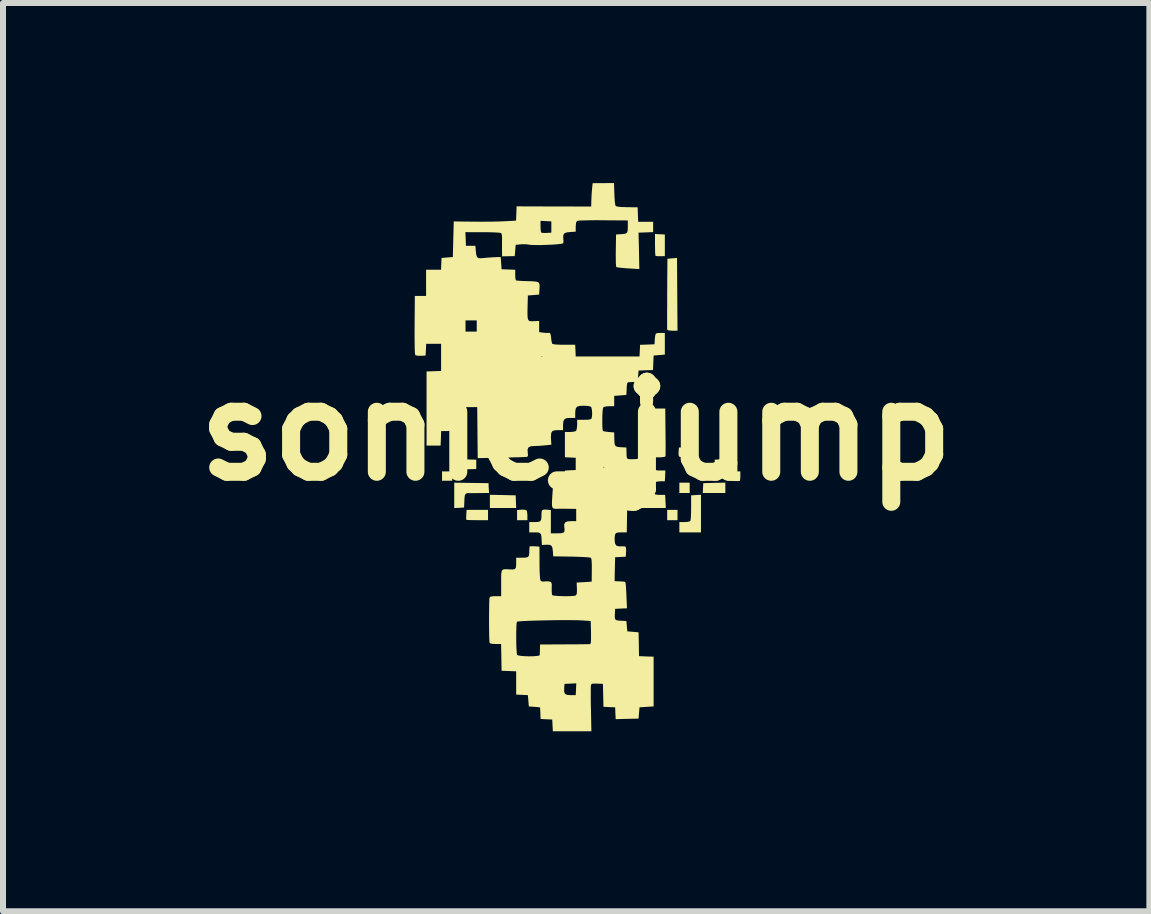
<source format=kicad_pcb>
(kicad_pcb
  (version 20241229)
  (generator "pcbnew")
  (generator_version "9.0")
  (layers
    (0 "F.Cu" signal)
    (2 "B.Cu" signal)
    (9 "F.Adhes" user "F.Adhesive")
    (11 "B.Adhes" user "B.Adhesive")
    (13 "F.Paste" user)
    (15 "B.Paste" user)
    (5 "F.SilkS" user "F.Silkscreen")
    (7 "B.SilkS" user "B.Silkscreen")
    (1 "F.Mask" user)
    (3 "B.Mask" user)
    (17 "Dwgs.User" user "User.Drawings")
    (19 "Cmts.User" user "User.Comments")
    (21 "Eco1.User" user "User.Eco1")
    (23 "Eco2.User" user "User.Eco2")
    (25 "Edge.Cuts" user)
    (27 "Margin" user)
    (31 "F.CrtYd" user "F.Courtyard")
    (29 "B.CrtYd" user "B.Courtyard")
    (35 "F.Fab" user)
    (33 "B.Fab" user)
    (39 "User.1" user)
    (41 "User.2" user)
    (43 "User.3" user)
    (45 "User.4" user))
  (footprint "sonic_jump"
    (layer "F.Cu")
    (at 6.55 4.132)
    (property "Reference" "sonic_jump" (at 0 0 0) (layer "F.SilkS") (effects (font (size 1.5 1.5) (thickness 0.3))))
    (attr board_only exclude_from_pos_files exclude_from_bom)
    (fp_poly (pts (xy -1.848 0.472) (xy -1.665 0.477) (xy -1.665 0.555) (xy -1.665 0.633) (xy -1.848 0.637) (xy -2.032 0.642) (xy -2.032 0.555) (xy -2.032 0.468)) (stroke (width 0) (type solid)) (fill yes) (layer "F.SilkS"))
    (fp_poly (pts (xy -1.223 1.066) (xy -1.008 1.071) (xy -1.004 1.176) (xy -1 1.282) (xy -1.219 1.282) (xy -1.438 1.282) (xy -1.438 1.172) (xy -1.438 1.062)) (stroke (width 0) (type solid)) (fill yes) (layer "F.SilkS"))
    (fp_poly (pts (xy 1.688 1.399) (xy 1.688 1.485) (xy 1.602 1.485) (xy 1.516 1.485) (xy 1.516 1.399) (xy 1.516 1.313) (xy 1.602 1.313) (xy 1.688 1.313)) (stroke (width 0) (type solid)) (fill yes) (layer "F.SilkS"))
    (fp_poly (pts (xy 1.891 0.946) (xy 1.891 1.032) (xy 1.805 1.032) (xy 1.719 1.032) (xy 1.719 0.946) (xy 1.719 0.86) (xy 1.805 0.86) (xy 1.891 0.86)) (stroke (width 0) (type solid)) (fill yes) (layer "F.SilkS"))
    (fp_poly (pts (xy 2.485 0.945) (xy 2.485 1.032) (xy 2.297 1.032) (xy 2.109 1.032) (xy 2.113 0.95) (xy 2.118 0.868) (xy 2.302 0.863) (xy 2.485 0.859)) (stroke (width 0) (type solid)) (fill yes) (layer "F.SilkS"))
    (fp_poly (pts (xy -2.104 0.673) (xy -2.071 0.676) (xy -2.062 0.679) (xy -2.059 0.697) (xy -2.059 0.735) (xy -2.061 0.757) (xy -2.066 0.828) (xy -2.151 0.828) (xy -2.235 0.828) (xy -2.235 0.75) (xy -2.235 0.672) (xy -2.152 0.672)) (stroke (width 0) (type solid)) (fill yes) (layer "F.SilkS"))
    (fp_poly (pts (xy -0.835 1.316) (xy -0.828 1.32) (xy -0.819 1.343) (xy -0.814 1.386) (xy -0.813 1.41) (xy -0.813 1.485) (xy -0.899 1.485) (xy -0.985 1.485) (xy -0.985 1.401) (xy -0.985 1.316) (xy -0.914 1.31) (xy -0.868 1.31)) (stroke (width 0) (type solid)) (fill yes) (layer "F.SilkS"))
    (fp_poly (pts (xy 1.884 0.352) (xy 1.884 0.43) (xy 1.801 0.435) (xy 1.748 0.435) (xy 1.719 0.427) (xy 1.71 0.417) (xy 1.706 0.387) (xy 1.706 0.343) (xy 1.707 0.334) (xy 1.712 0.274) (xy 1.798 0.274) (xy 1.884 0.274)) (stroke (width 0) (type solid)) (fill yes) (layer "F.SilkS"))
    (fp_poly (pts (xy 2.482 0.55) (xy 2.477 0.633) (xy 2.395 0.638) (xy 2.349 0.638) (xy 2.319 0.634) (xy 2.312 0.63) (xy 2.311 0.608) (xy 2.309 0.567) (xy 2.309 0.547) (xy 2.308 0.477) (xy 2.398 0.472) (xy 2.487 0.467)) (stroke (width 0) (type solid)) (fill yes) (layer "F.SilkS"))
    (fp_poly (pts (xy 2.735 0.749) (xy 2.733 0.795) (xy 2.728 0.825) (xy 2.724 0.831) (xy 2.703 0.833) (xy 2.661 0.833) (xy 2.614 0.832) (xy 2.517 0.827) (xy 2.517 0.75) (xy 2.517 0.672) (xy 2.626 0.672) (xy 2.735 0.672)) (stroke (width 0) (type solid)) (fill yes) (layer "F.SilkS"))
    (fp_poly (pts (xy -1.469 1.399) (xy -1.469 1.485) (xy -1.646 1.485) (xy -1.717 1.484) (xy -1.776 1.483) (xy -1.816 1.481) (xy -1.83 1.478) (xy -1.833 1.46) (xy -1.833 1.422) (xy -1.831 1.392) (xy -1.826 1.313) (xy -1.648 1.313) (xy -1.469 1.313)) (stroke (width 0) (type solid)) (fill yes) (layer "F.SilkS"))
    (fp_poly (pts (xy 1.395 -3.279) (xy 1.477 -3.275) (xy 1.477 -3.095) (xy 1.477 -2.915) (xy 1.404 -2.913) (xy 1.359 -2.913) (xy 1.328 -2.917) (xy 1.322 -2.919) (xy 1.318 -2.938) (xy 1.315 -2.981) (xy 1.314 -3.041) (xy 1.313 -3.106) (xy 1.313 -3.284)) (stroke (width 0) (type solid)) (fill yes) (layer "F.SilkS"))
    (fp_poly (pts (xy 1.282 -0.5) (xy 1.278 -0.447) (xy 1.267 -0.422) (xy 1.262 -0.42) (xy 1.223 -0.417) (xy 1.173 -0.416) (xy 1.124 -0.416) (xy 1.089 -0.418) (xy 1.079 -0.419) (xy 1.07 -0.437) (xy 1.064 -0.475) (xy 1.063 -0.501) (xy 1.063 -0.578) (xy 1.172 -0.578) (xy 1.282 -0.578)) (stroke (width 0) (type solid)) (fill yes) (layer "F.SilkS"))
    (fp_poly (pts (xy 2.079 1.375) (xy 2.079 1.688) (xy 1.899 1.688) (xy 1.719 1.688) (xy 1.719 1.602) (xy 1.719 1.516) (xy 1.804 1.516) (xy 1.859 1.513) (xy 1.894 1.503) (xy 1.902 1.497) (xy 1.907 1.474) (xy 1.911 1.427) (xy 1.914 1.362) (xy 1.915 1.286) (xy 1.915 1.274) (xy 1.915 1.071) (xy 1.997 1.066) (xy 2.079 1.061)) (stroke (width 0) (type solid)) (fill yes) (layer "F.SilkS"))
    (fp_poly (pts (xy -1.747 0.864) (xy -1.461 0.868) (xy -1.457 0.95) (xy -1.452 1.032) (xy -1.613 1.033) (xy -1.682 1.034) (xy -1.738 1.034) (xy -1.776 1.034) (xy -1.787 1.033) (xy -1.812 1.035) (xy -1.83 1.04) (xy -1.845 1.05) (xy -1.855 1.072) (xy -1.861 1.114) (xy -1.863 1.161) (xy -1.868 1.274) (xy -1.95 1.279) (xy -2.032 1.283) (xy -2.032 1.072) (xy -2.032 0.86)) (stroke (width 0) (type solid)) (fill yes) (layer "F.SilkS"))
    (fp_poly (pts (xy 1.684 -2.278) (xy 1.688 -1.672) (xy 1.602 -1.672) (xy 1.546 -1.676) (xy 1.519 -1.686) (xy 1.516 -1.692) (xy 1.515 -1.73) (xy 1.515 -1.792) (xy 1.515 -1.873) (xy 1.515 -1.969) (xy 1.516 -2.077) (xy 1.516 -2.192) (xy 1.516 -2.31) (xy 1.517 -2.427) (xy 1.517 -2.538) (xy 1.518 -2.64) (xy 1.519 -2.728) (xy 1.519 -2.798) (xy 1.52 -2.846) (xy 1.52 -2.869) (xy 1.52 -2.87) (xy 1.537 -2.872) (xy 1.574 -2.876) (xy 1.602 -2.878) (xy 1.68 -2.884)) (stroke (width 0) (type solid)) (fill yes) (layer "F.SilkS"))
    (fp_poly (pts (xy 0.636 -3.955) (xy 0.639 -3.882) (xy 0.644 -3.819) (xy 0.65 -3.774) (xy 0.655 -3.755) (xy 0.668 -3.745) (xy 0.697 -3.738) (xy 0.747 -3.733) (xy 0.823 -3.731) (xy 0.846 -3.73) (xy 1.024 -3.728) (xy 1.028 -3.607) (xy 1.033 -3.486) (xy 1.157 -3.486) (xy 1.282 -3.486) (xy 1.282 -3.4) (xy 1.282 -3.315) (xy 1.161 -3.31) (xy 1.039 -3.306) (xy 1.046 -3.003) (xy 1.052 -2.699) (xy 0.866 -2.71) (xy 0.792 -2.716) (xy 0.73 -2.722) (xy 0.687 -2.728) (xy 0.668 -2.733) (xy 0.664 -2.752) (xy 0.661 -2.797) (xy 0.66 -2.862) (xy 0.659 -2.943) (xy 0.66 -3.01) (xy 0.664 -3.275) (xy 0.727 -3.279) (xy 0.791 -3.284) (xy 0.83 -3.293) (xy 0.851 -3.311) (xy 0.858 -3.344) (xy 0.86 -3.398) (xy 0.86 -3.404) (xy 0.86 -3.509) (xy 0.449 -3.512) (xy 0.334 -3.513) (xy 0.231 -3.512) (xy 0.143 -3.51) (xy 0.075 -3.508) (xy 0.031 -3.505) (xy 0.016 -3.501) (xy -0.001 -3.476) (xy -0.007 -3.424) (xy -0.008 -3.404) (xy -0.008 -3.322) (xy -0.093 -3.317) (xy -0.158 -3.31) (xy -0.197 -3.294) (xy -0.214 -3.267) (xy -0.216 -3.222) (xy -0.215 -3.21) (xy -0.212 -3.166) (xy -0.215 -3.134) (xy -0.217 -3.129) (xy -0.236 -3.122) (xy -0.28 -3.116) (xy -0.342 -3.11) (xy -0.418 -3.105) (xy -0.5 -3.102) (xy -0.582 -3.099) (xy -0.658 -3.099) (xy -0.723 -3.1) (xy -0.769 -3.103) (xy -0.783 -3.105) (xy -0.83 -3.112) (xy -0.89 -3.113) (xy -0.922 -3.111) (xy -1.008 -3.103) (xy -1.016 -3.009) (xy -1.024 -2.915) (xy -1.129 -2.913) (xy -1.235 -2.911) (xy -1.236 -3.007) (xy -1.236 -3.08) (xy -1.236 -3.158) (xy -1.235 -3.195) (xy -1.237 -3.26) (xy -1.248 -3.295) (xy -1.253 -3.3) (xy -1.275 -3.304) (xy -1.322 -3.308) (xy -1.39 -3.311) (xy -1.474 -3.313) (xy -1.56 -3.313) (xy -1.846 -3.314) (xy -1.841 -3.2) (xy -1.837 -3.087) (xy -1.758 -3.087) (xy -1.68 -3.087) (xy -1.672 -3.001) (xy -1.665 -2.938) (xy -1.652 -2.9) (xy -1.629 -2.882) (xy -1.589 -2.879) (xy -1.542 -2.883) (xy -1.469 -2.89) (xy -1.39 -2.895) (xy -1.352 -2.897) (xy -1.258 -2.9) (xy -1.25 -2.798) (xy -1.243 -2.696) (xy -1.129 -2.692) (xy -1.016 -2.687) (xy -1.016 -2.603) (xy -1.014 -2.554) (xy -1.008 -2.52) (xy -1.003 -2.51) (xy -0.983 -2.507) (xy -0.939 -2.503) (xy -0.876 -2.5) (xy -0.807 -2.498) (xy -0.724 -2.495) (xy -0.668 -2.49) (xy -0.633 -2.48) (xy -0.615 -2.459) (xy -0.609 -2.426) (xy -0.611 -2.376) (xy -0.613 -2.351) (xy -0.617 -2.274) (xy -0.711 -2.266) (xy -0.805 -2.259) (xy -0.81 -2.079) (xy -0.812 -1.985) (xy -0.811 -1.918) (xy -0.806 -1.873) (xy -0.795 -1.846) (xy -0.776 -1.833) (xy -0.747 -1.829) (xy -0.707 -1.831) (xy -0.617 -1.835) (xy -0.617 -1.742) (xy -0.617 -1.649) (xy -0.547 -1.639) (xy -0.5 -1.635) (xy -0.466 -1.635) (xy -0.459 -1.637) (xy -0.44 -1.636) (xy -0.427 -1.614) (xy -0.419 -1.568) (xy -0.417 -1.544) (xy -0.411 -1.497) (xy -0.403 -1.463) (xy -0.4 -1.456) (xy -0.378 -1.447) (xy -0.326 -1.441) (xy -0.244 -1.438) (xy -0.203 -1.438) (xy -0.017 -1.438) (xy -0.012 -1.34) (xy -0.008 -1.243) (xy 0.524 -1.243) (xy 1.055 -1.243) (xy 1.06 -1.34) (xy 1.064 -1.437) (xy 1.185 -1.441) (xy 1.305 -1.446) (xy 1.31 -1.531) (xy 1.315 -1.581) (xy 1.324 -1.616) (xy 1.331 -1.627) (xy 1.356 -1.633) (xy 1.398 -1.635) (xy 1.412 -1.635) (xy 1.477 -1.633) (xy 1.477 -1.454) (xy 1.477 -1.274) (xy 1.383 -1.266) (xy 1.29 -1.258) (xy 1.285 -1.138) (xy 1.28 -1.017) (xy 1.16 -1.013) (xy 1.039 -1.008) (xy 1.032 -0.914) (xy 1.024 -0.821) (xy 0.961 -0.818) (xy 0.914 -0.816) (xy 0.877 -0.814) (xy 0.872 -0.814) (xy 0.857 -0.808) (xy 0.848 -0.787) (xy 0.843 -0.745) (xy 0.841 -0.707) (xy 0.836 -0.602) (xy 0.735 -0.594) (xy 0.633 -0.586) (xy 0.633 -0.5) (xy 0.633 -0.414) (xy 0.552 -0.414) (xy 0.502 -0.411) (xy 0.464 -0.402) (xy 0.452 -0.395) (xy 0.445 -0.374) (xy 0.44 -0.329) (xy 0.436 -0.268) (xy 0.435 -0.2) (xy 0.435 -0.131) (xy 0.436 -0.07) (xy 0.44 -0.025) (xy 0.446 -0.002) (xy 0.446 -0.002) (xy 0.466 0.005) (xy 0.507 0.011) (xy 0.544 0.016) (xy 0.633 0.023) (xy 0.635 0.12) (xy 0.637 0.187) (xy 0.644 0.23) (xy 0.661 0.253) (xy 0.691 0.264) (xy 0.741 0.269) (xy 0.746 0.269) (xy 0.836 0.274) (xy 0.838 0.344) (xy 0.84 0.406) (xy 0.844 0.443) (xy 0.856 0.462) (xy 0.879 0.468) (xy 0.919 0.469) (xy 0.929 0.469) (xy 0.994 0.467) (xy 1.033 0.46) (xy 1.054 0.441) (xy 1.062 0.405) (xy 1.063 0.358) (xy 1.063 0.266) (xy 1.188 0.266) (xy 1.313 0.266) (xy 1.313 -0.055) (xy 1.313 -0.375) (xy 1.398 -0.375) (xy 1.484 -0.375) (xy 1.488 0.016) (xy 1.489 0.124) (xy 1.49 0.221) (xy 1.49 0.304) (xy 1.489 0.369) (xy 1.489 0.409) (xy 1.488 0.422) (xy 1.47 0.43) (xy 1.431 0.436) (xy 1.382 0.438) (xy 1.282 0.438) (xy 1.282 0.538) (xy 1.283 0.596) (xy 1.293 0.632) (xy 1.316 0.649) (xy 1.36 0.656) (xy 1.409 0.656) (xy 1.486 0.656) (xy 1.482 0.746) (xy 1.477 0.836) (xy 1.405 0.836) (xy 1.342 0.843) (xy 1.303 0.864) (xy 1.285 0.905) (xy 1.282 0.946) (xy 1.284 1.006) (xy 1.294 1.041) (xy 1.32 1.057) (xy 1.365 1.063) (xy 1.392 1.063) (xy 1.482 1.063) (xy 1.488 1.172) (xy 1.493 1.282) (xy 1.278 1.282) (xy 1.063 1.282) (xy 1.063 1.164) (xy 1.063 1.046) (xy 0.957 1.05) (xy 0.852 1.055) (xy 0.848 1.372) (xy 0.843 1.688) (xy 0.752 1.688) (xy 0.697 1.69) (xy 0.664 1.7) (xy 0.647 1.725) (xy 0.641 1.771) (xy 0.641 1.813) (xy 0.647 1.872) (xy 0.667 1.907) (xy 0.707 1.921) (xy 0.746 1.921) (xy 0.789 1.92) (xy 0.818 1.924) (xy 0.821 1.926) (xy 0.829 1.946) (xy 0.832 1.986) (xy 0.831 2.014) (xy 0.826 2.093) (xy 0.737 2.098) (xy 0.649 2.102) (xy 0.644 2.302) (xy 0.64 2.501) (xy 0.699 2.503) (xy 0.757 2.506) (xy 0.791 2.508) (xy 0.809 2.512) (xy 0.818 2.517) (xy 0.819 2.518) (xy 0.823 2.536) (xy 0.828 2.58) (xy 0.832 2.642) (xy 0.836 2.718) (xy 0.837 2.74) (xy 0.846 2.953) (xy 0.747 2.957) (xy 0.649 2.962) (xy 0.644 3.052) (xy 0.643 3.104) (xy 0.649 3.135) (xy 0.67 3.151) (xy 0.711 3.158) (xy 0.758 3.161) (xy 0.836 3.165) (xy 0.844 3.251) (xy 0.852 3.337) (xy 0.946 3.345) (xy 1.039 3.353) (xy 1.043 3.501) (xy 1.044 3.573) (xy 1.045 3.638) (xy 1.046 3.686) (xy 1.046 3.7) (xy 1.047 3.75) (xy 1.168 3.755) (xy 1.29 3.759) (xy 1.29 4.173) (xy 1.29 4.588) (xy 1.172 4.595) (xy 1.055 4.603) (xy 1.047 4.697) (xy 1.039 4.791) (xy 0.849 4.795) (xy 0.658 4.8) (xy 0.653 4.701) (xy 0.649 4.603) (xy 0.551 4.599) (xy 0.454 4.594) (xy 0.45 4.403) (xy 0.445 4.212) (xy 0.35 4.208) (xy 0.296 4.207) (xy 0.266 4.21) (xy 0.251 4.221) (xy 0.246 4.234) (xy 0.244 4.257) (xy 0.243 4.308) (xy 0.243 4.379) (xy 0.243 4.468) (xy 0.244 4.569) (xy 0.246 4.633) (xy 0.253 5.002) (xy -0.068 5.002) (xy -0.389 5.002) (xy -0.394 4.904) (xy -0.399 4.806) (xy -0.496 4.802) (xy -0.593 4.797) (xy -0.597 4.7) (xy -0.602 4.603) (xy -0.696 4.595) (xy -0.789 4.588) (xy -0.797 4.494) (xy -0.805 4.4) (xy -0.903 4.395) (xy -1 4.391) (xy -1 4.29) (xy -0.2 4.29) (xy -0.2 4.345) (xy -0.186 4.379) (xy -0.153 4.395) (xy -0.096 4.4) (xy -0.084 4.4) (xy -0.008 4.4) (xy -0.003 4.302) (xy 0.002 4.203) (xy -0.097 4.208) (xy -0.195 4.212) (xy -0.2 4.29) (xy -1 4.29) (xy -1 4.197) (xy -1 4.003) (xy -1.122 3.998) (xy -1.243 3.994) (xy -1.247 3.771) (xy -1.251 3.548) (xy -1.343 3.548) (xy -1.402 3.545) (xy -1.435 3.536) (xy -1.443 3.526) (xy -1.446 3.504) (xy -1.448 3.455) (xy -1.45 3.391) (xy -0.999 3.391) (xy -0.999 3.473) (xy -0.998 3.553) (xy -0.995 3.626) (xy -0.991 3.684) (xy -0.987 3.72) (xy -0.983 3.73) (xy -0.961 3.739) (xy -0.917 3.746) (xy -0.858 3.751) (xy -0.793 3.753) (xy -0.728 3.752) (xy -0.67 3.749) (xy -0.628 3.743) (xy -0.608 3.734) (xy -0.608 3.732) (xy -0.606 3.706) (xy -0.605 3.661) (xy -0.604 3.634) (xy -0.602 3.556) (xy -0.195 3.554) (xy -0.085 3.553) (xy 0.015 3.553) (xy 0.102 3.552) (xy 0.169 3.551) (xy 0.214 3.55) (xy 0.231 3.55) (xy 0.24 3.541) (xy 0.245 3.515) (xy 0.247 3.467) (xy 0.247 3.393) (xy 0.247 3.357) (xy 0.242 3.165) (xy 0.102 3.155) (xy 0.045 3.152) (xy -0.033 3.151) (xy -0.126 3.15) (xy -0.231 3.15) (xy -0.344 3.151) (xy -0.459 3.153) (xy -0.573 3.155) (xy -0.681 3.158) (xy -0.78 3.161) (xy -0.864 3.165) (xy -0.929 3.169) (xy -0.972 3.173) (xy -0.987 3.177) (xy -0.992 3.2) (xy -0.996 3.248) (xy -0.998 3.314) (xy -0.999 3.391) (xy -1.45 3.391) (xy -1.45 3.387) (xy -1.451 3.304) (xy -1.452 3.212) (xy -1.452 3.116) (xy -1.451 3.022) (xy -1.45 2.936) (xy -1.449 2.863) (xy -1.447 2.808) (xy -1.444 2.777) (xy -1.443 2.774) (xy -1.426 2.759) (xy -1.386 2.752) (xy -1.343 2.751) (xy -1.25 2.751) (xy -1.25 2.533) (xy -1.25 2.443) (xy -1.248 2.379) (xy -1.242 2.337) (xy -1.228 2.313) (xy -1.205 2.303) (xy -1.169 2.301) (xy -1.118 2.304) (xy -1.118 2.304) (xy -1.058 2.306) (xy -1.023 2.3) (xy -1.006 2.278) (xy -1.001 2.237) (xy -1 2.202) (xy -1 2.11) (xy -0.916 2.11) (xy -0.851 2.109) (xy -0.811 2.101) (xy -0.79 2.082) (xy -0.783 2.049) (xy -0.782 2.009) (xy -0.78 1.962) (xy -0.777 1.93) (xy -0.775 1.921) (xy -0.757 1.919) (xy -0.718 1.919) (xy -0.69 1.92) (xy -0.612 1.925) (xy -0.611 2.2) (xy -0.61 2.313) (xy -0.606 2.4) (xy -0.601 2.461) (xy -0.594 2.492) (xy -0.593 2.494) (xy -0.563 2.508) (xy -0.531 2.506) (xy -0.482 2.503) (xy -0.445 2.507) (xy -0.423 2.515) (xy -0.412 2.529) (xy -0.407 2.557) (xy -0.408 2.607) (xy -0.408 2.616) (xy -0.408 2.671) (xy -0.405 2.714) (xy -0.4 2.733) (xy -0.381 2.74) (xy -0.338 2.745) (xy -0.279 2.749) (xy -0.211 2.751) (xy -0.142 2.751) (xy -0.08 2.749) (xy -0.031 2.745) (xy -0.004 2.738) (xy -0.004 2.738) (xy 0.009 2.714) (xy 0.013 2.663) (xy 0.012 2.625) (xy 0.008 2.524) (xy 0.133 2.517) (xy 0.258 2.509) (xy 0.26 2.318) (xy 0.26 2.222) (xy 0.257 2.157) (xy 0.25 2.12) (xy 0.245 2.112) (xy 0.224 2.107) (xy 0.177 2.102) (xy 0.109 2.098) (xy 0.026 2.095) (xy -0.069 2.092) (xy -0.078 2.092) (xy -0.383 2.087) (xy -0.388 2.009) (xy -0.395 1.947) (xy -0.412 1.911) (xy -0.444 1.895) (xy -0.495 1.894) (xy -0.499 1.894) (xy -0.571 1.898) (xy -0.575 1.828) (xy -0.579 1.762) (xy -0.587 1.721) (xy -0.603 1.699) (xy -0.632 1.69) (xy -0.679 1.688) (xy -0.688 1.688) (xy -0.782 1.688) (xy -0.782 1.602) (xy -0.782 1.516) (xy -0.689 1.516) (xy -0.634 1.514) (xy -0.601 1.504) (xy -0.585 1.479) (xy -0.579 1.434) (xy -0.578 1.391) (xy -0.576 1.342) (xy -0.564 1.316) (xy -0.536 1.308) (xy -0.484 1.31) (xy -0.422 1.316) (xy -0.422 1.51) (xy -0.422 1.704) (xy -0.314 1.704) (xy -0.25 1.702) (xy -0.213 1.693) (xy -0.196 1.672) (xy -0.194 1.635) (xy -0.198 1.603) (xy -0.2 1.553) (xy -0.183 1.521) (xy -0.143 1.505) (xy -0.084 1.501) (xy 0 1.501) (xy 0 1.399) (xy 0 1.297) (xy -0.129 1.295) (xy -0.197 1.294) (xy -0.261 1.294) (xy -0.307 1.295) (xy -0.313 1.295) (xy -0.351 1.296) (xy -0.378 1.29) (xy -0.395 1.274) (xy -0.403 1.242) (xy -0.404 1.191) (xy -0.4 1.115) (xy -0.397 1.068) (xy -0.383 0.868) (xy -0.311 0.866) (xy -0.249 0.863) (xy -0.212 0.853) (xy -0.194 0.83) (xy -0.188 0.788) (xy -0.188 0.752) (xy -0.188 0.658) (xy -0.098 0.653) (xy -0.008 0.649) (xy -0.008 0.602) (xy 0.453 0.602) (xy 0.461 0.61) (xy 0.469 0.602) (xy 0.461 0.594) (xy 0.453 0.602) (xy -0.008 0.602) (xy -0.008 0.547) (xy -0.008 0.445) (xy -0.098 0.441) (xy -0.188 0.436) (xy -0.188 0.226) (xy -0.188 0.016) (xy -0.105 0.016) (xy -0.054 0.012) (xy -0.016 0.004) (xy -0.003 -0.003) (xy 0.008 -0.029) (xy 0.014 -0.073) (xy 0.016 -0.105) (xy 0.016 -0.188) (xy 0.131 -0.188) (xy 0.194 -0.189) (xy 0.232 -0.194) (xy 0.252 -0.205) (xy 0.256 -0.212) (xy 0.264 -0.251) (xy 0.266 -0.301) (xy 0.262 -0.352) (xy 0.254 -0.391) (xy 0.247 -0.403) (xy 0.221 -0.414) (xy 0.173 -0.42) (xy 0.122 -0.422) (xy 0.056 -0.419) (xy 0.015 -0.406) (xy -0.007 -0.378) (xy -0.015 -0.329) (xy -0.016 -0.29) (xy -0.016 -0.219) (xy -0.101 -0.219) (xy -0.159 -0.215) (xy -0.194 -0.198) (xy -0.213 -0.164) (xy -0.219 -0.106) (xy -0.219 -0.087) (xy -0.219 -0.016) (xy -0.303 -0.016) (xy -0.362 -0.012) (xy -0.398 0.002) (xy -0.416 0.033) (xy -0.421 0.086) (xy -0.42 0.129) (xy -0.414 0.227) (xy -0.516 0.238) (xy -0.585 0.244) (xy -0.656 0.248) (xy -0.697 0.249) (xy -0.759 0.254) (xy -0.796 0.273) (xy -0.81 0.309) (xy -0.807 0.36) (xy -0.803 0.406) (xy -0.813 0.427) (xy -0.816 0.429) (xy -0.837 0.431) (xy -0.884 0.433) (xy -0.954 0.436) (xy -1.042 0.438) (xy -1.143 0.441) (xy -1.238 0.443) (xy -1.641 0.451) (xy -1.645 0.026) (xy -1.649 -0.399) (xy -1.751 -0.399) (xy -1.852 -0.399) (xy -1.86 -0.305) (xy -1.868 -0.211) (xy -1.954 -0.206) (xy -2.012 -0.199) (xy -2.045 -0.184) (xy -2.057 -0.156) (xy -2.054 -0.115) (xy -2.048 -0.058) (xy -2.059 -0.023) (xy -2.092 -0.005) (xy -2.15 -0.000036) (xy -2.157 0) (xy -2.25 0) (xy -2.254 0.121) (xy -2.259 0.242) (xy -2.376 0.242) (xy -2.493 0.242) (xy -2.493 -0.375) (xy -2.493 -0.993) (xy -2.372 -0.997) (xy -2.251 -1.002) (xy -2.251 -1.228) (xy -2.251 -1.243) (xy -0.578 -1.243) (xy -0.571 -1.235) (xy -0.563 -1.243) (xy -0.571 -1.25) (xy -0.578 -1.243) (xy -2.251 -1.243) (xy -2.251 -1.454) (xy -2.375 -1.454) (xy -2.499 -1.454) (xy -2.504 -1.356) (xy -2.509 -1.258) (xy -2.588 -1.254) (xy -2.647 -1.255) (xy -2.68 -1.266) (xy -2.682 -1.269) (xy -2.686 -1.29) (xy -2.689 -1.338) (xy -2.691 -1.41) (xy -2.692 -1.502) (xy -2.693 -1.611) (xy -2.692 -1.733) (xy -2.692 -1.751) (xy -1.844 -1.751) (xy -1.844 -1.657) (xy -1.751 -1.657) (xy -1.657 -1.657) (xy -1.657 -1.751) (xy -1.657 -1.844) (xy -1.751 -1.844) (xy -1.844 -1.844) (xy -1.844 -1.751) (xy -2.692 -1.751) (xy -2.692 -1.77) (xy -2.688 -2.251) (xy -2.594 -2.251) (xy -2.501 -2.251) (xy -2.501 -2.47) (xy -2.501 -2.688) (xy -2.377 -2.688) (xy -2.252 -2.688) (xy -2.248 -2.786) (xy -2.243 -2.884) (xy -2.149 -2.892) (xy -2.055 -2.9) (xy -2.048 -3.196) (xy -2.042 -3.411) (xy -0.594 -3.411) (xy -0.592 -3.36) (xy -0.588 -3.322) (xy -0.583 -3.308) (xy -0.562 -3.302) (xy -0.521 -3.3) (xy -0.493 -3.301) (xy -0.414 -3.306) (xy -0.414 -3.4) (xy -0.414 -3.493) (xy -0.504 -3.498) (xy -0.594 -3.503) (xy -0.594 -3.411) (xy -2.042 -3.411) (xy -2.04 -3.493) (xy -1.938 -3.491) (xy -1.751 -3.489) (xy -1.575 -3.488) (xy -1.416 -3.489) (xy -1.278 -3.492) (xy -1.185 -3.496) (xy -1.002 -3.506) (xy -0.997 -3.625) (xy -0.993 -3.744) (xy -0.371 -3.742) (xy 0.25 -3.741) (xy 0.252 -3.836) (xy 0.255 -3.908) (xy 0.26 -3.988) (xy 0.264 -4.03) (xy 0.274 -4.13) (xy 0.452 -4.131) (xy 0.63 -4.132)) (stroke (width 0) (type solid)) (fill yes) (layer "F.SilkS")))
  (gr_rect
    (start -3 -3)
    (end 16.1 12.133)
    (stroke (width 0.1) (type default))
    (fill no)
    (layer "Edge.Cuts")))
</source>
